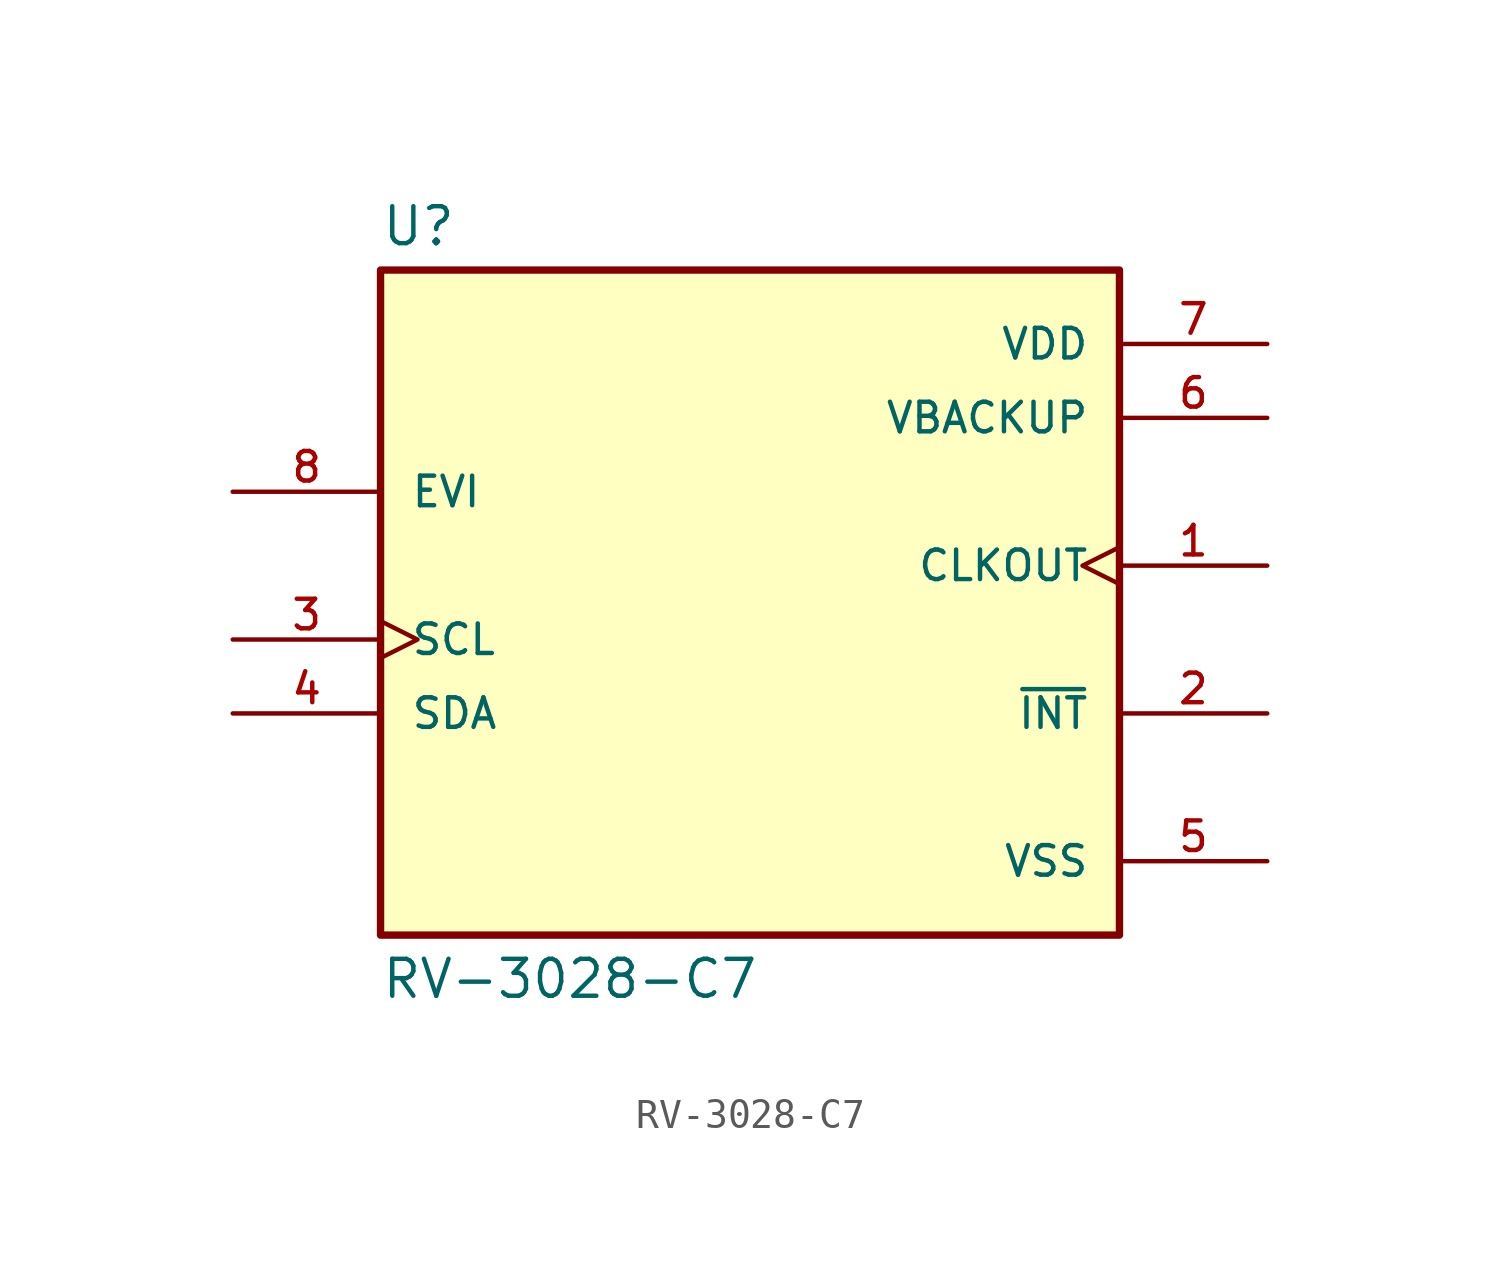
<source format=kicad_sym>
(kicad_symbol_lib
  (version 20211014)
  (generator kicad_symbol_editor)
  (symbol "RV-3028-C7"
    (pin_names
      (offset 1.016))
    (property "Reference" "U"
      (at -12.7 10.922 0)
      (effects (font (size 1.27 1.27)) (justify bottom left)))
    (property "Value" "RV-3028-C7"
      (at -12.7 -13.462 0)
      (effects (font (size 1.27 1.27)) (justify top left)))
    (symbol "RV-3028-C7_0_0"
      (rectangle (start -12.7 -12.7) (end 12.7 10.16) (stroke (width 0.254)) (fill (type background)))
      (pin power_in line (at 17.78 7.62 180.0) (length 5.08) (name "VDD" (effects (font (size 1.016 1.016)))) (number "7" (effects (font (size 1.016 1.016)))))
      (pin power_in line (at 17.78 -10.16 180.0) (length 5.08) (name "VSS" (effects (font (size 1.016 1.016)))) (number "5" (effects (font (size 1.016 1.016)))))
      (pin output clock (at 17.78 0.0 180.0) (length 5.08) (name "CLKOUT" (effects (font (size 1.016 1.016)))) (number "1" (effects (font (size 1.016 1.016)))))
      (pin output line (at 17.78 -5.08 180.0) (length 5.08) (name "~{INT}" (effects (font (size 1.016 1.016)))) (number "2" (effects (font (size 1.016 1.016)))))
      (pin input line (at -17.78 2.54 0) (length 5.08) (name "EVI" (effects (font (size 1.016 1.016)))) (number "8" (effects (font (size 1.016 1.016)))))
      (pin input clock (at -17.78 -2.54 0) (length 5.08) (name "SCL" (effects (font (size 1.016 1.016)))) (number "3" (effects (font (size 1.016 1.016)))))
      (pin bidirectional line (at -17.78 -5.08 0) (length 5.08) (name "SDA" (effects (font (size 1.016 1.016)))) (number "4" (effects (font (size 1.016 1.016)))))
      (pin power_in line (at 17.78 5.08 180.0) (length 5.08) (name "VBACKUP" (effects (font (size 1.016 1.016)))) (number "6" (effects (font (size 1.016 1.016))))))))
</source>
